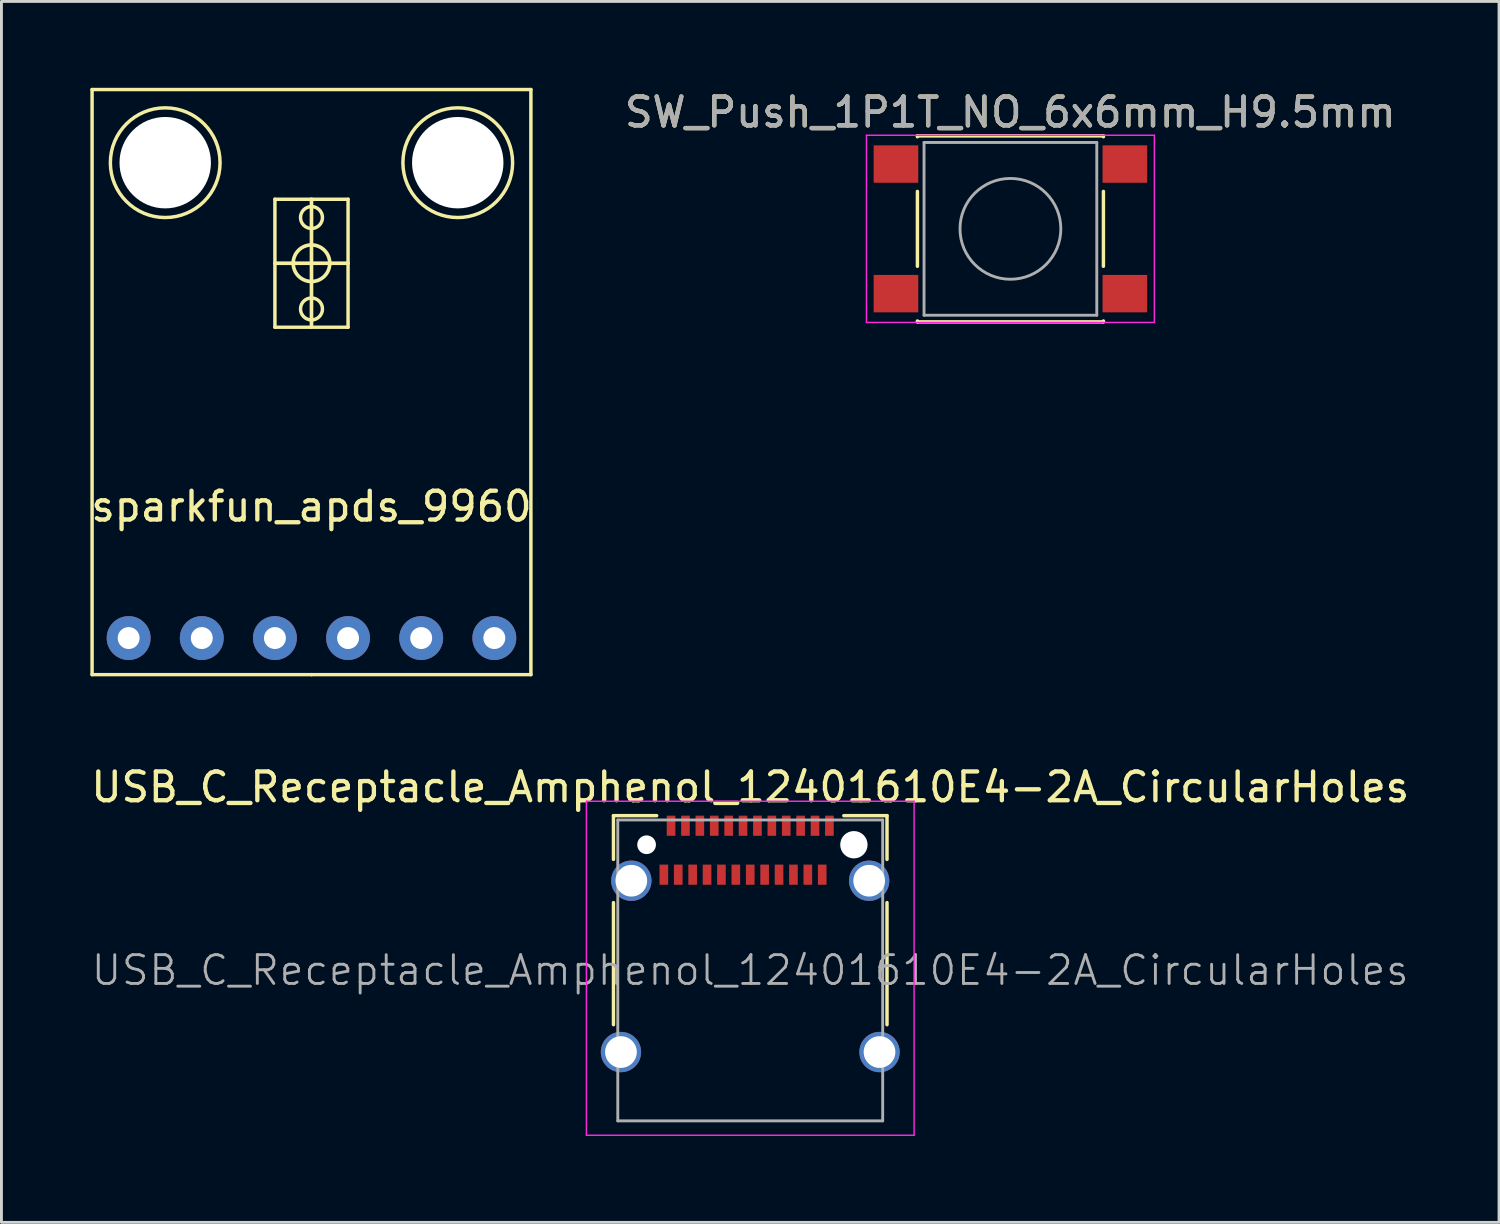
<source format=kicad_pcb>
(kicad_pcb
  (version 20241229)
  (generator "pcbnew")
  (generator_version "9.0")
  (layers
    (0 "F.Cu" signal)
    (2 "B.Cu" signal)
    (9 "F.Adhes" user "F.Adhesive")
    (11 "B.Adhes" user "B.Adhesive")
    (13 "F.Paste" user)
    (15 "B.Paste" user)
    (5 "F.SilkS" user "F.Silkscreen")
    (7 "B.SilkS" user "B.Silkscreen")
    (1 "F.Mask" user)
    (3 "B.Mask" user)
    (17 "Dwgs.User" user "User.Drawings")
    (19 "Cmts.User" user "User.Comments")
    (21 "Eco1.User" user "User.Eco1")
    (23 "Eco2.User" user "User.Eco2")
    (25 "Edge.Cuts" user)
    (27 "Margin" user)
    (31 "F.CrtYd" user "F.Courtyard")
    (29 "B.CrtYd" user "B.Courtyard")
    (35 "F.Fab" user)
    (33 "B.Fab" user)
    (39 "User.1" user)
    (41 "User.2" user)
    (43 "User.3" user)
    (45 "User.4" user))
  (footprint "SW_Push_1P1T_NO_6x6mm_H9.5mm"
    (layer "F.Cu")
    (at 32.042 4.898)
    (property "Reference" "SW_Push_1P1T_NO_6x6mm_H9.5mm" (at 0 -4.05 0) (layer "F.SilkS") (effects (font (size 1 1) (thickness 0.15))))
    (attr smd)
    (fp_line (start -3.23 -3.23) (end 3.23 -3.23) (stroke (width 0.12) (type solid)) (layer "F.SilkS"))
    (fp_line (start -3.23 -3.2) (end -3.23 -3.23) (stroke (width 0.12) (type solid)) (layer "F.SilkS"))
    (fp_line (start -3.23 -1.3) (end -3.23 1.3) (stroke (width 0.12) (type solid)) (layer "F.SilkS"))
    (fp_line (start -3.23 3.23) (end -3.23 3.2) (stroke (width 0.12) (type solid)) (layer "F.SilkS"))
    (fp_line (start -3.23 3.23) (end 3.23 3.23) (stroke (width 0.12) (type solid)) (layer "F.SilkS"))
    (fp_line (start 3.23 -3.23) (end 3.23 -3.2) (stroke (width 0.12) (type solid)) (layer "F.SilkS"))
    (fp_line (start 3.23 -1.3) (end 3.23 1.3) (stroke (width 0.12) (type solid)) (layer "F.SilkS"))
    (fp_line (start 3.23 3.23) (end 3.23 3.2) (stroke (width 0.12) (type solid)) (layer "F.SilkS"))
    (fp_line (start -5 -3.25) (end -5 3.25) (stroke (width 0.05) (type solid)) (layer "F.CrtYd"))
    (fp_line (start -5 -3.25) (end 5 -3.25) (stroke (width 0.05) (type solid)) (layer "F.CrtYd"))
    (fp_line (start -5 3.25) (end 5 3.25) (stroke (width 0.05) (type solid)) (layer "F.CrtYd"))
    (fp_line (start 5 3.25) (end 5 -3.25) (stroke (width 0.05) (type solid)) (layer "F.CrtYd"))
    (fp_line (start -3 -3) (end -3 3) (stroke (width 0.1) (type solid)) (layer "F.Fab"))
    (fp_line (start -3 3) (end 3 3) (stroke (width 0.1) (type solid)) (layer "F.Fab"))
    (fp_line (start 3 -3) (end -3 -3) (stroke (width 0.1) (type solid)) (layer "F.Fab"))
    (fp_line (start 3 3) (end 3 -3) (stroke (width 0.1) (type solid)) (layer "F.Fab"))
    (fp_circle (center 0 0) (end 1.75 -0.05) (stroke (width 0.1) (type solid)) (fill no) (layer "F.Fab"))
    (fp_text user "${REFERENCE}" (at 0 -4.05 0) (layer "F.Fab") (effects (font (size 1 1) (thickness 0.15))))
    (pad "1" smd rect (at -3.975 -2.25) (size 1.55 1.3) (layers "F.Cu" "F.Mask" "F.Paste"))
    (pad "1" smd rect (at 3.975 -2.25) (size 1.55 1.3) (layers "F.Cu" "F.Mask" "F.Paste"))
    (pad "2" smd rect (at -3.975 2.25) (size 1.55 1.3) (layers "F.Cu" "F.Mask" "F.Paste"))
    (pad "2" smd rect (at 3.975 2.25) (size 1.55 1.3) (layers "F.Cu" "F.Mask" "F.Paste")))
  (footprint "sparkfun_apds_9960"
    (layer "F.Cu")
    (at 7.768 19.11)
    (property "Reference" "sparkfun_apds_9960" (at 0 -4.572 0) (layer "F.SilkS") (effects (font (size 1 1) (thickness 0.15))))
    (attr through_hole)
    (fp_line (start -7.62 -19.05) (end 7.62 -19.05) (stroke (width 0.12) (type solid)) (layer "F.SilkS"))
    (fp_line (start -7.62 1.27) (end -7.62 -19.05) (stroke (width 0.12) (type solid)) (layer "F.SilkS"))
    (fp_line (start -1.27 -15.24) (end 1.27 -15.24) (stroke (width 0.12) (type solid)) (layer "F.SilkS"))
    (fp_line (start -1.27 -13.018) (end 1.27 -13.018) (stroke (width 0.127) (type solid)) (layer "F.SilkS"))
    (fp_line (start -1.27 -10.795) (end -1.27 -15.24) (stroke (width 0.12) (type solid)) (layer "F.SilkS"))
    (fp_line (start 0 -15.24) (end 0 -10.795) (stroke (width 0.127) (type solid)) (layer "F.SilkS"))
    (fp_line (start 0 1.27) (end -7.62 1.27) (stroke (width 0.12) (type solid)) (layer "F.SilkS"))
    (fp_line (start 1.27 -15.24) (end 1.27 -10.795) (stroke (width 0.12) (type solid)) (layer "F.SilkS"))
    (fp_line (start 1.27 -10.795) (end -1.27 -10.795) (stroke (width 0.12) (type solid)) (layer "F.SilkS"))
    (fp_line (start 7.62 -19.05) (end 7.62 1.27) (stroke (width 0.12) (type solid)) (layer "F.SilkS"))
    (fp_line (start 7.62 1.27) (end 0 1.27) (stroke (width 0.12) (type solid)) (layer "F.SilkS"))
    (fp_circle (center -5.08 -16.51) (end -5.08 -18.415) (stroke (width 0.12) (type solid)) (fill no) (layer "F.SilkS"))
    (fp_circle (center 0 -14.605) (end 0.381 -14.605) (stroke (width 0.12) (type solid)) (fill no) (layer "F.SilkS"))
    (fp_circle (center 0 -13.018) (end 0.635 -13.018) (stroke (width 0.127) (type solid)) (fill no) (layer "F.SilkS"))
    (fp_circle (center 0 -11.43) (end 0.381 -11.43) (stroke (width 0.12) (type solid)) (fill no) (layer "F.SilkS"))
    (fp_circle (center 5.08 -16.51) (end 5.08 -18.415) (stroke (width 0.12) (type solid)) (fill no) (layer "F.SilkS"))
    (pad "" np_thru_hole circle (at -5.08 -16.51) (size 3.175 3.175) (drill 3.175) (layers "*.Cu" "*.Mask"))
    (pad "" np_thru_hole circle (at 5.08 -16.51) (size 3.175 3.175) (drill 3.175) (layers "*.Cu" "*.Mask"))
    (pad "1" thru_hole circle (at -6.35 0) (size 1.524 1.524) (drill 0.762) (layers "*.Cu" "*.Mask"))
    (pad "2" thru_hole circle (at -3.81 0) (size 1.524 1.524) (drill 0.762) (layers "*.Cu" "*.Mask"))
    (pad "3" thru_hole circle (at -1.27 0) (size 1.524 1.524) (drill 0.762) (layers "*.Cu" "*.Mask"))
    (pad "4" thru_hole circle (at 1.27 0) (size 1.524 1.524) (drill 0.762) (layers "*.Cu" "*.Mask"))
    (pad "5" thru_hole circle (at 3.81 0) (size 1.524 1.524) (drill 0.762) (layers "*.Cu" "*.Mask"))
    (pad "6" thru_hole circle (at 6.35 0) (size 1.524 1.524) (drill 0.762) (layers "*.Cu" "*.Mask")))
  (footprint "USB_C_Receptacle_Amphenol_12401610E4-2A_CircularHoles"
    (layer "F.Cu")
    (at 23.006 30.648)
    (property "Reference" "USB_C_Receptacle_Amphenol_12401610E4-2A_CircularHoles" (at 0 -6.36 180) (layer "F.SilkS") (effects (font (size 1 1) (thickness 0.15))))
    (attr smd)
    (fp_line (start -4.75 -5.37) (end -4.75 -3.85) (stroke (width 0.12) (type solid)) (layer "F.SilkS"))
    (fp_line (start -4.75 -5.37) (end -3.25 -5.37) (stroke (width 0.12) (type solid)) (layer "F.SilkS"))
    (fp_line (start -4.75 -2.35) (end -4.75 1.89) (stroke (width 0.12) (type solid)) (layer "F.SilkS"))
    (fp_line (start 3.25 -5.37) (end 4.75 -5.37) (stroke (width 0.12) (type solid)) (layer "F.SilkS"))
    (fp_line (start 4.75 -5.37) (end 4.75 -3.85) (stroke (width 0.12) (type solid)) (layer "F.SilkS"))
    (fp_line (start 4.75 -2.35) (end 4.75 1.89) (stroke (width 0.12) (type solid)) (layer "F.SilkS"))
    (fp_line (start -5.69 -5.87) (end 5.69 -5.87) (stroke (width 0.05) (type solid)) (layer "F.CrtYd"))
    (fp_line (start -5.69 5.73) (end -5.69 -5.87) (stroke (width 0.05) (type solid)) (layer "F.CrtYd"))
    (fp_line (start 5.69 -5.87) (end 5.69 5.73) (stroke (width 0.05) (type solid)) (layer "F.CrtYd"))
    (fp_line (start 5.69 5.73) (end -5.69 5.73) (stroke (width 0.05) (type solid)) (layer "F.CrtYd"))
    (fp_line (start -4.6 -5.22) (end 4.6 -5.22) (stroke (width 0.1) (type solid)) (layer "F.Fab"))
    (fp_line (start -4.6 5.23) (end -4.6 -5.22) (stroke (width 0.1) (type solid)) (layer "F.Fab"))
    (fp_line (start -4.6 5.23) (end 4.6 5.23) (stroke (width 0.1) (type solid)) (layer "F.Fab"))
    (fp_line (start 4.6 5.23) (end 4.6 -5.22) (stroke (width 0.1) (type solid)) (layer "F.Fab"))
    (fp_text user "${REFERENCE}" (at 0 0 180) (layer "F.Fab") (effects (font (size 1 1) (thickness 0.1))))
    (pad "" np_thru_hole circle (at -3.6 -4.36) (size 0.65 0.65) (drill 0.65) (layers "*.Cu" "*.Mask"))
    (pad "" np_thru_hole circle (at 3.6 -4.36) (size 0.95 0.95) (drill 0.95) (layers "*.Cu" "*.Mask"))
    (pad "A1" smd rect (at -2.75 -5.02) (size 0.3 0.7) (layers "F.Cu" "F.Mask" "F.Paste"))
    (pad "A2" smd rect (at -2.25 -5.02) (size 0.3 0.7) (layers "F.Cu" "F.Mask" "F.Paste"))
    (pad "A3" smd rect (at -1.75 -5.02) (size 0.3 0.7) (layers "F.Cu" "F.Mask" "F.Paste"))
    (pad "A4" smd rect (at -1.25 -5.02) (size 0.3 0.7) (layers "F.Cu" "F.Mask" "F.Paste"))
    (pad "A5" smd rect (at -0.75 -5.02) (size 0.3 0.7) (layers "F.Cu" "F.Mask" "F.Paste"))
    (pad "A6" smd rect (at -0.25 -5.02) (size 0.3 0.7) (layers "F.Cu" "F.Mask" "F.Paste"))
    (pad "A7" smd rect (at 0.25 -5.02) (size 0.3 0.7) (layers "F.Cu" "F.Mask" "F.Paste"))
    (pad "A8" smd rect (at 0.75 -5.02) (size 0.3 0.7) (layers "F.Cu" "F.Mask" "F.Paste"))
    (pad "A9" smd rect (at 1.25 -5.02) (size 0.3 0.7) (layers "F.Cu" "F.Mask" "F.Paste"))
    (pad "A10" smd rect (at 1.75 -5.02) (size 0.3 0.7) (layers "F.Cu" "F.Mask" "F.Paste"))
    (pad "A11" smd rect (at 2.25 -5.02) (size 0.3 0.7) (layers "F.Cu" "F.Mask" "F.Paste"))
    (pad "A12" smd rect (at 2.75 -5.02) (size 0.3 0.7) (layers "F.Cu" "F.Mask" "F.Paste"))
    (pad "B1" smd rect (at 2.5 -3.32) (size 0.3 0.7) (layers "F.Cu" "F.Mask" "F.Paste"))
    (pad "B2" smd rect (at 2 -3.32) (size 0.3 0.7) (layers "F.Cu" "F.Mask" "F.Paste"))
    (pad "B3" smd rect (at 1.5 -3.32) (size 0.3 0.7) (layers "F.Cu" "F.Mask" "F.Paste"))
    (pad "B4" smd rect (at 1 -3.32) (size 0.3 0.7) (layers "F.Cu" "F.Mask" "F.Paste"))
    (pad "B5" smd rect (at 0.5 -3.32) (size 0.3 0.7) (layers "F.Cu" "F.Mask" "F.Paste"))
    (pad "B6" smd rect (at 0 -3.32) (size 0.3 0.7) (layers "F.Cu" "F.Mask" "F.Paste"))
    (pad "B7" smd rect (at -0.5 -3.32) (size 0.3 0.7) (layers "F.Cu" "F.Mask" "F.Paste"))
    (pad "B8" smd rect (at -1 -3.32) (size 0.3 0.7) (layers "F.Cu" "F.Mask" "F.Paste"))
    (pad "B9" smd rect (at -1.5 -3.32) (size 0.3 0.7) (layers "F.Cu" "F.Mask" "F.Paste"))
    (pad "B10" smd rect (at -2 -3.32) (size 0.3 0.7) (layers "F.Cu" "F.Mask" "F.Paste"))
    (pad "B11" smd rect (at -2.5 -3.32) (size 0.3 0.7) (layers "F.Cu" "F.Mask" "F.Paste"))
    (pad "B12" smd rect (at -3 -3.32) (size 0.3 0.7) (layers "F.Cu" "F.Mask" "F.Paste"))
    (pad "S1" thru_hole circle (at -4.49 2.84) (size 1.4 1.4) (drill 1.1) (layers "*.Cu" "*.Mask"))
    (pad "S1" thru_hole circle (at -4.13 -3.11) (size 1.4 1.4) (drill 1.1) (layers "*.Cu" "*.Mask"))
    (pad "S1" thru_hole circle (at 4.13 -3.11) (size 1.4 1.4) (drill 1.1) (layers "*.Cu" "*.Mask"))
    (pad "S1" thru_hole circle (at 4.49 2.84) (size 1.4 1.4) (drill 1.1) (layers "*.Cu" "*.Mask")))
  (gr_rect
    (start -3 -3)
    (end 49.012 39.403)
    (stroke (width 0.1) (type default))
    (fill no)
    (layer "Edge.Cuts")))
</source>
